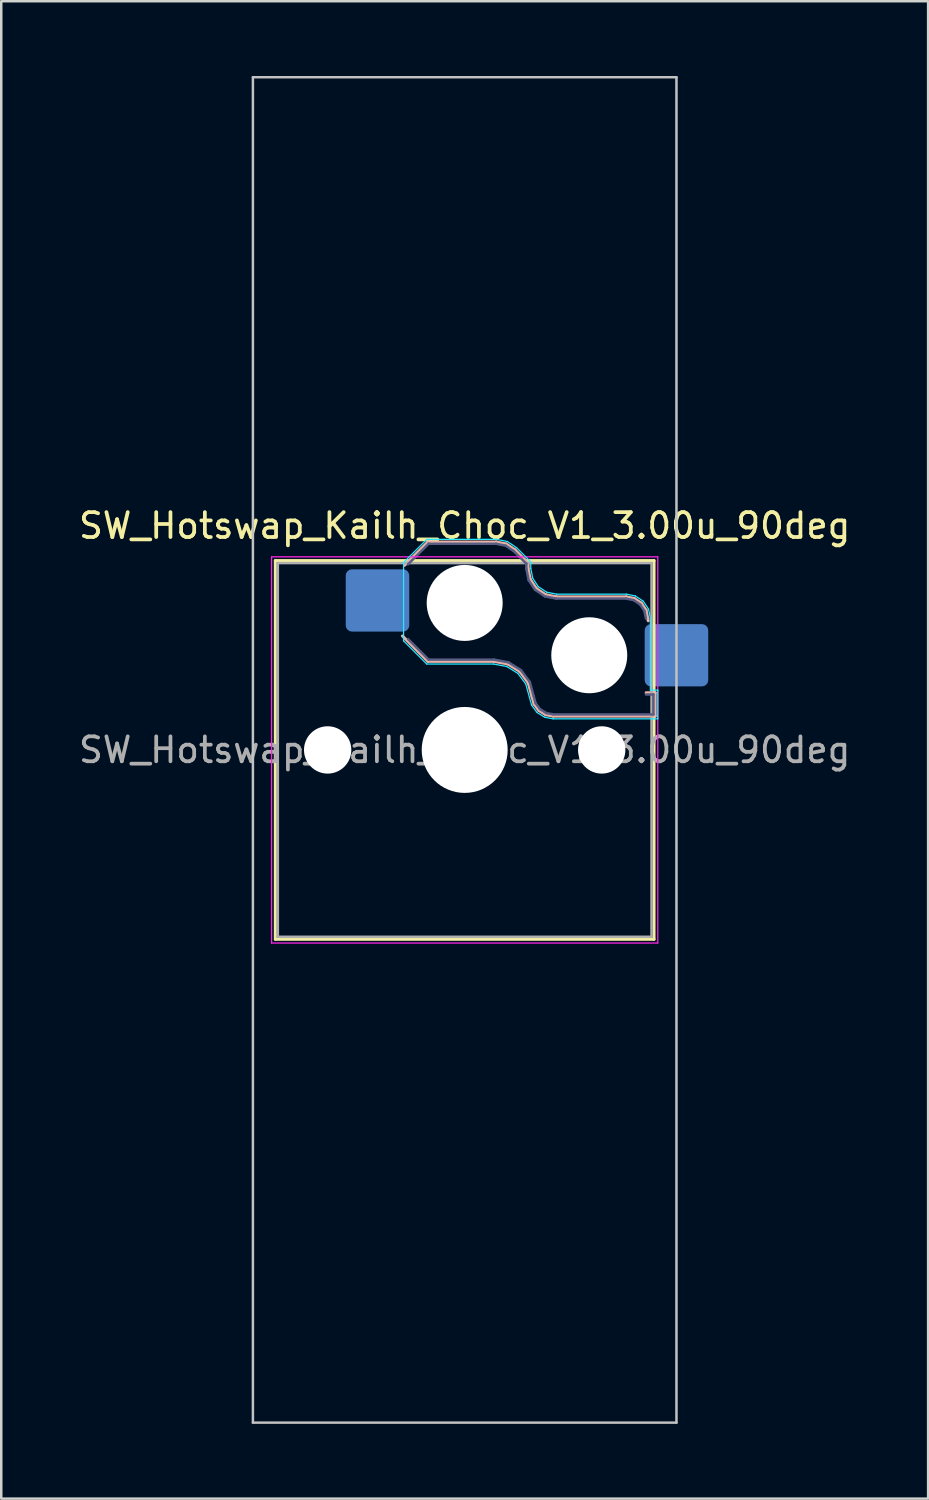
<source format=kicad_pcb>
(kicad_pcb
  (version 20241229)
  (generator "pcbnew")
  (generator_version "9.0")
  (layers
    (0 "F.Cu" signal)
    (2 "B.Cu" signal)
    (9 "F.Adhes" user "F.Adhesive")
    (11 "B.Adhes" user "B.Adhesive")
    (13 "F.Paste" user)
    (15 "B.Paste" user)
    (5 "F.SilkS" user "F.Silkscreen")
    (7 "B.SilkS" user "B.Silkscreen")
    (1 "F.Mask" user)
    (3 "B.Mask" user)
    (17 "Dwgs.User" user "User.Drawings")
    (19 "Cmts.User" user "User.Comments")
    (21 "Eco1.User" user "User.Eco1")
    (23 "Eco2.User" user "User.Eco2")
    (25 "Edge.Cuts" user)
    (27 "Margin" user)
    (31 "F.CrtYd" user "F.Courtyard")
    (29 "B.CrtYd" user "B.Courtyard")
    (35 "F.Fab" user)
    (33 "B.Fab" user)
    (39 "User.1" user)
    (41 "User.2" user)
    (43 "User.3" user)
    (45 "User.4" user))
  (footprint "SW_Hotswap_Kailh_Choc_V1_3.00u_90deg"
    (layer "F.Cu")
    (at 15.601 27.05)
    (property "Reference" "SW_Hotswap_Kailh_Choc_V1_3.00u_90deg" (at 0 -9 0) (layer "F.SilkS") (effects (font (size 1 1) (thickness 0.15))))
    (attr smd)
    (fp_line (start -7.6 -7.6) (end -7.6 7.6) (stroke (width 0.12) (type solid)) (layer "F.SilkS"))
    (fp_line (start -7.6 7.6) (end 7.6 7.6) (stroke (width 0.12) (type solid)) (layer "F.SilkS"))
    (fp_line (start 7.6 -7.6) (end -7.6 -7.6) (stroke (width 0.12) (type solid)) (layer "F.SilkS"))
    (fp_line (start 7.6 7.6) (end 7.6 -7.6) (stroke (width 0.12) (type solid)) (layer "F.SilkS"))
    (fp_line (start -2.416 -7.409) (end -1.479 -8.346) (stroke (width 0.12) (type solid)) (layer "B.SilkS"))
    (fp_line (start -1.479 -8.346) (end 1.268 -8.346) (stroke (width 0.12) (type solid)) (layer "B.SilkS"))
    (fp_line (start -1.479 -3.554) (end -2.5 -4.575) (stroke (width 0.12) (type solid)) (layer "B.SilkS"))
    (fp_line (start 1.168 -3.554) (end -1.479 -3.554) (stroke (width 0.12) (type solid)) (layer "B.SilkS"))
    (fp_line (start 1.268 -8.346) (end 1.671 -8.266) (stroke (width 0.12) (type solid)) (layer "B.SilkS"))
    (fp_line (start 1.671 -8.266) (end 2.013 -8.037) (stroke (width 0.12) (type solid)) (layer "B.SilkS"))
    (fp_line (start 1.73 -3.449) (end 1.168 -3.554) (stroke (width 0.12) (type solid)) (layer "B.SilkS"))
    (fp_line (start 2.013 -8.037) (end 2.546 -7.504) (stroke (width 0.12) (type solid)) (layer "B.SilkS"))
    (fp_line (start 2.209 -3.15) (end 1.73 -3.449) (stroke (width 0.12) (type solid)) (layer "B.SilkS"))
    (fp_line (start 2.546 -7.504) (end 2.546 -7.282) (stroke (width 0.12) (type solid)) (layer "B.SilkS"))
    (fp_line (start 2.546 -7.282) (end 2.633 -6.844) (stroke (width 0.12) (type solid)) (layer "B.SilkS"))
    (fp_line (start 2.547 -2.697) (end 2.209 -3.15) (stroke (width 0.12) (type solid)) (layer "B.SilkS"))
    (fp_line (start 2.633 -6.844) (end 2.877 -6.477) (stroke (width 0.12) (type solid)) (layer "B.SilkS"))
    (fp_line (start 2.701 -2.139) (end 2.547 -2.697) (stroke (width 0.12) (type solid)) (layer "B.SilkS"))
    (fp_line (start 2.783 -1.841) (end 2.701 -2.139) (stroke (width 0.12) (type solid)) (layer "B.SilkS"))
    (fp_line (start 2.877 -6.477) (end 3.244 -6.233) (stroke (width 0.12) (type solid)) (layer "B.SilkS"))
    (fp_line (start 2.976 -1.583) (end 2.783 -1.841) (stroke (width 0.12) (type solid)) (layer "B.SilkS"))
    (fp_line (start 3.244 -6.233) (end 3.682 -6.146) (stroke (width 0.12) (type solid)) (layer "B.SilkS"))
    (fp_line (start 3.25 -1.413) (end 2.976 -1.583) (stroke (width 0.12) (type solid)) (layer "B.SilkS"))
    (fp_line (start 3.56 -1.354) (end 3.25 -1.413) (stroke (width 0.12) (type solid)) (layer "B.SilkS"))
    (fp_line (start 3.682 -6.146) (end 6.482 -6.146) (stroke (width 0.12) (type solid)) (layer "B.SilkS"))
    (fp_line (start 6.482 -6.146) (end 6.809 -6.081) (stroke (width 0.12) (type solid)) (layer "B.SilkS"))
    (fp_line (start 6.809 -6.081) (end 7.092 -5.892) (stroke (width 0.12) (type solid)) (layer "B.SilkS"))
    (fp_line (start 7.092 -5.892) (end 7.281 -5.609) (stroke (width 0.12) (type solid)) (layer "B.SilkS"))
    (fp_line (start 7.281 -5.609) (end 7.366 -5.182) (stroke (width 0.12) (type solid)) (layer "B.SilkS"))
    (fp_line (start 7.283 -2.296) (end 7.646 -2.296) (stroke (width 0.12) (type solid)) (layer "B.SilkS"))
    (fp_line (start 7.646 -2.296) (end 7.646 -1.354) (stroke (width 0.12) (type solid)) (layer "B.SilkS"))
    (fp_line (start 7.646 -1.354) (end 3.56 -1.354) (stroke (width 0.12) (type solid)) (layer "B.SilkS"))
    (fp_line (start -8.5 -27) (end 8.5 -27) (stroke (width 0.1) (type solid)) (layer "Dwgs.User"))
    (fp_line (start -8.5 27) (end -8.5 -27) (stroke (width 0.1) (type solid)) (layer "Dwgs.User"))
    (fp_line (start 8.5 -27) (end 8.5 27) (stroke (width 0.1) (type solid)) (layer "Dwgs.User"))
    (fp_line (start 8.5 27) (end -8.5 27) (stroke (width 0.1) (type solid)) (layer "Dwgs.User"))
    (fp_line (start -7.25 -7.25) (end -7.25 7.25) (stroke (width 0.1) (type solid)) (layer "Eco1.User"))
    (fp_line (start -7.25 7.25) (end 7.25 7.25) (stroke (width 0.1) (type solid)) (layer "Eco1.User"))
    (fp_line (start 7.25 -7.25) (end -7.25 -7.25) (stroke (width 0.1) (type solid)) (layer "Eco1.User"))
    (fp_line (start 7.25 7.25) (end 7.25 -7.25) (stroke (width 0.1) (type solid)) (layer "Eco1.User"))
    (fp_line (start -2.452 -7.523) (end -1.523 -8.452) (stroke (width 0.05) (type solid)) (layer "B.CrtYd"))
    (fp_line (start -2.452 -4.377) (end -2.452 -7.523) (stroke (width 0.05) (type solid)) (layer "B.CrtYd"))
    (fp_line (start -1.523 -8.452) (end 1.278 -8.452) (stroke (width 0.05) (type solid)) (layer "B.CrtYd"))
    (fp_line (start -1.523 -3.448) (end -2.452 -4.377) (stroke (width 0.05) (type solid)) (layer "B.CrtYd"))
    (fp_line (start 1.159 -3.448) (end -1.523 -3.448) (stroke (width 0.05) (type solid)) (layer "B.CrtYd"))
    (fp_line (start 1.278 -8.452) (end 1.712 -8.366) (stroke (width 0.05) (type solid)) (layer "B.CrtYd"))
    (fp_line (start 1.691 -3.348) (end 1.159 -3.448) (stroke (width 0.05) (type solid)) (layer "B.CrtYd"))
    (fp_line (start 1.712 -8.366) (end 2.081 -8.119) (stroke (width 0.05) (type solid)) (layer "B.CrtYd"))
    (fp_line (start 2.081 -8.119) (end 2.652 -7.548) (stroke (width 0.05) (type solid)) (layer "B.CrtYd"))
    (fp_line (start 2.136 -3.071) (end 1.691 -3.348) (stroke (width 0.05) (type solid)) (layer "B.CrtYd"))
    (fp_line (start 2.45 -2.65) (end 2.136 -3.071) (stroke (width 0.05) (type solid)) (layer "B.CrtYd"))
    (fp_line (start 2.599 -2.111) (end 2.45 -2.65) (stroke (width 0.05) (type solid)) (layer "B.CrtYd"))
    (fp_line (start 2.652 -7.548) (end 2.652 -7.292) (stroke (width 0.05) (type solid)) (layer "B.CrtYd"))
    (fp_line (start 2.652 -7.292) (end 2.733 -6.885) (stroke (width 0.05) (type solid)) (layer "B.CrtYd"))
    (fp_line (start 2.687 -1.794) (end 2.599 -2.111) (stroke (width 0.05) (type solid)) (layer "B.CrtYd"))
    (fp_line (start 2.733 -6.885) (end 2.953 -6.553) (stroke (width 0.05) (type solid)) (layer "B.CrtYd"))
    (fp_line (start 2.903 -1.503) (end 2.687 -1.794) (stroke (width 0.05) (type solid)) (layer "B.CrtYd"))
    (fp_line (start 2.953 -6.553) (end 3.285 -6.333) (stroke (width 0.05) (type solid)) (layer "B.CrtYd"))
    (fp_line (start 3.211 -1.312) (end 2.903 -1.503) (stroke (width 0.05) (type solid)) (layer "B.CrtYd"))
    (fp_line (start 3.285 -6.333) (end 3.692 -6.252) (stroke (width 0.05) (type solid)) (layer "B.CrtYd"))
    (fp_line (start 3.55 -1.248) (end 3.211 -1.312) (stroke (width 0.05) (type solid)) (layer "B.CrtYd"))
    (fp_line (start 3.692 -6.252) (end 6.492 -6.252) (stroke (width 0.05) (type solid)) (layer "B.CrtYd"))
    (fp_line (start 6.492 -6.252) (end 6.85 -6.181) (stroke (width 0.05) (type solid)) (layer "B.CrtYd"))
    (fp_line (start 6.85 -6.181) (end 7.168 -5.968) (stroke (width 0.05) (type solid)) (layer "B.CrtYd"))
    (fp_line (start 7.168 -5.968) (end 7.381 -5.65) (stroke (width 0.05) (type solid)) (layer "B.CrtYd"))
    (fp_line (start 7.381 -5.65) (end 7.452 -5.292) (stroke (width 0.05) (type solid)) (layer "B.CrtYd"))
    (fp_line (start 7.452 -5.292) (end 7.452 -2.402) (stroke (width 0.05) (type solid)) (layer "B.CrtYd"))
    (fp_line (start 7.452 -2.402) (end 7.752 -2.402) (stroke (width 0.05) (type solid)) (layer "B.CrtYd"))
    (fp_line (start 7.752 -2.402) (end 7.752 -1.248) (stroke (width 0.05) (type solid)) (layer "B.CrtYd"))
    (fp_line (start 7.752 -1.248) (end 3.55 -1.248) (stroke (width 0.05) (type solid)) (layer "B.CrtYd"))
    (fp_line (start -7.75 -7.75) (end -7.75 7.75) (stroke (width 0.05) (type solid)) (layer "F.CrtYd"))
    (fp_line (start -7.75 7.75) (end 7.75 7.75) (stroke (width 0.05) (type solid)) (layer "F.CrtYd"))
    (fp_line (start 7.75 -7.75) (end -7.75 -7.75) (stroke (width 0.05) (type solid)) (layer "F.CrtYd"))
    (fp_line (start 7.75 7.75) (end 7.75 -7.75) (stroke (width 0.05) (type solid)) (layer "F.CrtYd"))
    (fp_line (start -2.275 -7.45) (end -1.45 -8.275) (stroke (width 0.1) (type solid)) (layer "B.Fab"))
    (fp_line (start -1.45 -8.275) (end 1.261 -8.275) (stroke (width 0.1) (type solid)) (layer "B.Fab"))
    (fp_line (start -1.45 -3.625) (end -2.275 -4.45) (stroke (width 0.1) (type solid)) (layer "B.Fab"))
    (fp_line (start 1.175 -3.625) (end -1.45 -3.625) (stroke (width 0.1) (type solid)) (layer "B.Fab"))
    (fp_line (start 1.261 -8.275) (end 1.643 -8.199) (stroke (width 0.1) (type solid)) (layer "B.Fab"))
    (fp_line (start 1.643 -8.199) (end 1.968 -7.982) (stroke (width 0.1) (type solid)) (layer "B.Fab"))
    (fp_line (start 1.756 -3.516) (end 1.175 -3.625) (stroke (width 0.1) (type solid)) (layer "B.Fab"))
    (fp_line (start 1.968 -7.982) (end 2.475 -7.475) (stroke (width 0.1) (type solid)) (layer "B.Fab"))
    (fp_line (start 2.258 -3.203) (end 1.756 -3.516) (stroke (width 0.1) (type solid)) (layer "B.Fab"))
    (fp_line (start 2.475 -7.475) (end 2.475 -7.275) (stroke (width 0.1) (type solid)) (layer "B.Fab"))
    (fp_line (start 2.475 -7.275) (end 2.566 -6.816) (stroke (width 0.1) (type solid)) (layer "B.Fab"))
    (fp_line (start 2.566 -6.816) (end 2.826 -6.426) (stroke (width 0.1) (type solid)) (layer "B.Fab"))
    (fp_line (start 2.612 -2.729) (end 2.258 -3.203) (stroke (width 0.1) (type solid)) (layer "B.Fab"))
    (fp_line (start 2.769 -2.158) (end 2.612 -2.729) (stroke (width 0.1) (type solid)) (layer "B.Fab"))
    (fp_line (start 2.826 -6.426) (end 3.216 -6.166) (stroke (width 0.1) (type solid)) (layer "B.Fab"))
    (fp_line (start 2.848 -1.873) (end 2.769 -2.158) (stroke (width 0.1) (type solid)) (layer "B.Fab"))
    (fp_line (start 3.025 -1.636) (end 2.848 -1.873) (stroke (width 0.1) (type solid)) (layer "B.Fab"))
    (fp_line (start 3.216 -6.166) (end 3.675 -6.075) (stroke (width 0.1) (type solid)) (layer "B.Fab"))
    (fp_line (start 3.276 -1.48) (end 3.025 -1.636) (stroke (width 0.1) (type solid)) (layer "B.Fab"))
    (fp_line (start 3.567 -1.425) (end 3.276 -1.48) (stroke (width 0.1) (type solid)) (layer "B.Fab"))
    (fp_line (start 3.675 -6.075) (end 6.475 -6.075) (stroke (width 0.1) (type solid)) (layer "B.Fab"))
    (fp_line (start 6.475 -6.075) (end 6.781 -6.014) (stroke (width 0.1) (type solid)) (layer "B.Fab"))
    (fp_line (start 6.781 -6.014) (end 7.041 -5.841) (stroke (width 0.1) (type solid)) (layer "B.Fab"))
    (fp_line (start 7.041 -5.841) (end 7.214 -5.581) (stroke (width 0.1) (type solid)) (layer "B.Fab"))
    (fp_line (start 7.214 -5.581) (end 7.275 -5.275) (stroke (width 0.1) (type solid)) (layer "B.Fab"))
    (fp_line (start 7.275 -2.225) (end 7.575 -2.225) (stroke (width 0.1) (type solid)) (layer "B.Fab"))
    (fp_line (start 7.575 -2.225) (end 7.575 -1.425) (stroke (width 0.1) (type solid)) (layer "B.Fab"))
    (fp_line (start 7.575 -1.425) (end 3.567 -1.425) (stroke (width 0.1) (type solid)) (layer "B.Fab"))
    (fp_line (start -7.5 -7.5) (end -7.5 7.5) (stroke (width 0.1) (type solid)) (layer "F.Fab"))
    (fp_line (start -7.5 7.5) (end 7.5 7.5) (stroke (width 0.1) (type solid)) (layer "F.Fab"))
    (fp_line (start 7.5 -7.5) (end -7.5 -7.5) (stroke (width 0.1) (type solid)) (layer "F.Fab"))
    (fp_line (start 7.5 7.5) (end 7.5 -7.5) (stroke (width 0.1) (type solid)) (layer "F.Fab"))
    (fp_text user "${REFERENCE}" (at 0 0 0) (layer "F.Fab") (effects (font (size 1 1) (thickness 0.15))))
    (pad "" np_thru_hole circle (at -5.5 0) (size 1.9 1.9) (drill 1.9) (layers "*.Cu" "*.Mask"))
    (pad "" np_thru_hole circle (at 0 -5.9) (size 3.05 3.05) (drill 3.05) (layers "*.Cu" "*.Mask"))
    (pad "" np_thru_hole circle (at 0 0) (size 3.45 3.45) (drill 3.45) (layers "*.Cu" "*.Mask"))
    (pad "" np_thru_hole circle (at 5 -3.8) (size 3.05 3.05) (drill 3.05) (layers "*.Cu" "*.Mask"))
    (pad "" np_thru_hole circle (at 5.5 0) (size 1.9 1.9) (drill 1.9) (layers "*.Cu" "*.Mask"))
    (pad "1" smd roundrect (at -3.5 -6) (size 2.55 2.5) (layers "B.Cu" "B.Mask" "B.Paste") (roundrect_rratio 0.1))
    (pad "2" smd roundrect (at 8.5 -3.8) (size 2.55 2.5) (layers "B.Cu" "B.Mask" "B.Paste") (roundrect_rratio 0.1)))
  (gr_rect
    (start -3 -3)
    (end 34.202 57.1)
    (stroke (width 0.1) (type default))
    (fill no)
    (layer "Edge.Cuts")))
</source>
